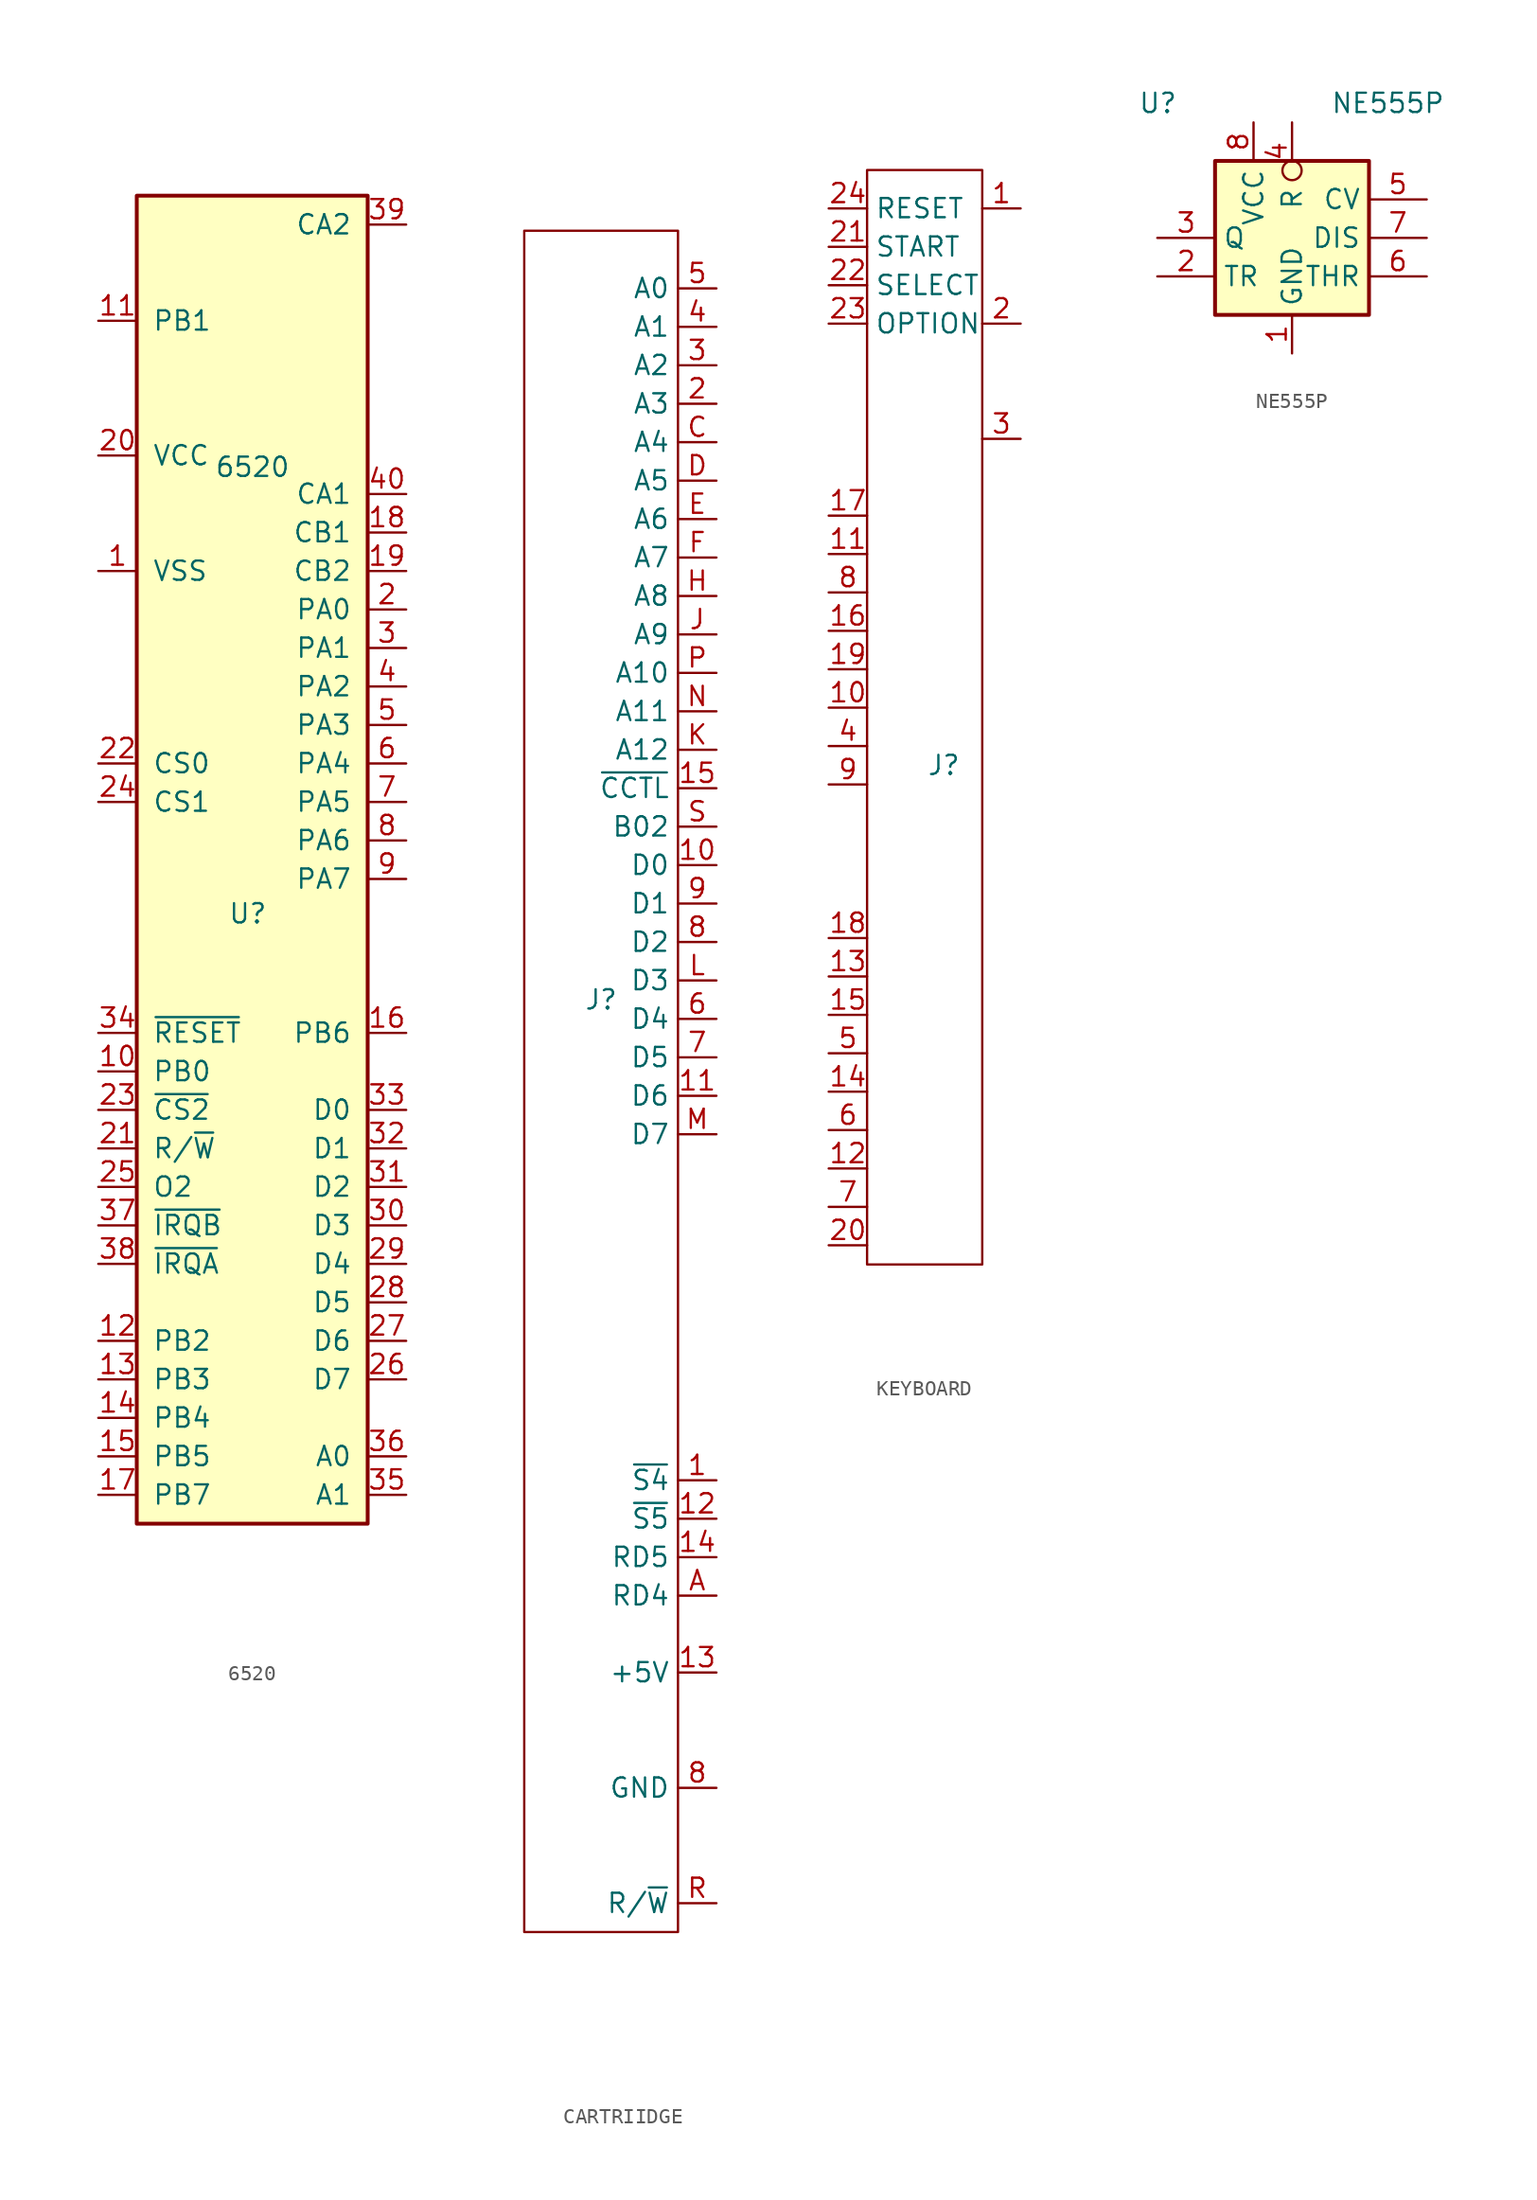
<source format=kicad_sym>
(kicad_symbol_lib
  (version 20241209)
  (generator "kicad_symbol_editor")
  (generator_version "9.0")
  (symbol "6520"
    (pin_names
      (offset 1.016))
    (property "Reference" "U"
      (at 1.016 -3.556 0)
      (effects (font (size 1.27 1.27)) (justify right)))
    (property "Value" "6520"
      (at 2.54 25.908 0)
      (effects (font (size 1.27 1.27)) (justify right)))
    (symbol "6520_0_1"
      (rectangle (start -7.62 43.815) (end 7.62 -43.815) (stroke (width 0.254) (type default)) (fill (type background))))
    (symbol "6520_1_1"
      (pin bidirectional line (at -10.16 35.56 0) (length 2.54) (name "PB1" (effects (font (size 1.27 1.27)))) (number "11" (effects (font (size 1.27 1.27)))))
      (pin power_in line (at -10.16 26.67 0) (length 2.54) (name "VCC" (effects (font (size 1.27 1.27)))) (number "20" (effects (font (size 1.27 1.27)))))
      (pin power_in line (at -10.16 19.05 0) (length 2.54) (name "VSS" (effects (font (size 1.27 1.27)))) (number "1" (effects (font (size 1.27 1.27)))))
      (pin input line (at -10.16 6.35 0) (length 2.54) (name "CS0" (effects (font (size 1.27 1.27)))) (number "22" (effects (font (size 1.27 1.27)))))
      (pin input line (at -10.16 3.81 0) (length 2.54) (name "CS1" (effects (font (size 1.27 1.27)))) (number "24" (effects (font (size 1.27 1.27)))))
      (pin input line (at -10.16 -11.43 0) (length 2.54) (name "~{RESET}" (effects (font (size 1.27 1.27)))) (number "34" (effects (font (size 1.27 1.27)))))
      (pin bidirectional line (at -10.16 -13.97 0) (length 2.54) (name "PB0" (effects (font (size 1.27 1.27)))) (number "10" (effects (font (size 1.27 1.27)))))
      (pin input line (at -10.16 -16.51 0) (length 2.54) (name "~{CS2}" (effects (font (size 1.27 1.27)))) (number "23" (effects (font (size 1.27 1.27)))))
      (pin input line (at -10.16 -19.05 0) (length 2.54) (name "R/~{W}" (effects (font (size 1.27 1.27)))) (number "21" (effects (font (size 1.27 1.27)))))
      (pin input line (at -10.16 -21.59 0) (length 2.54) (name "O2" (effects (font (size 1.27 1.27)))) (number "25" (effects (font (size 1.27 1.27)))))
      (pin open_collector line (at -10.16 -24.13 0) (length 2.54) (name "~{IRQB}" (effects (font (size 1.27 1.27)))) (number "37" (effects (font (size 1.27 1.27)))))
      (pin open_collector line (at -10.16 -26.67 0) (length 2.54) (name "~{IRQA}" (effects (font (size 1.27 1.27)))) (number "38" (effects (font (size 1.27 1.27)))))
      (pin bidirectional line (at -10.16 -31.75 0) (length 2.54) (name "PB2" (effects (font (size 1.27 1.27)))) (number "12" (effects (font (size 1.27 1.27)))))
      (pin bidirectional line (at -10.16 -34.29 0) (length 2.54) (name "PB3" (effects (font (size 1.27 1.27)))) (number "13" (effects (font (size 1.27 1.27)))))
      (pin bidirectional line (at -10.16 -36.83 0) (length 2.54) (name "PB4" (effects (font (size 1.27 1.27)))) (number "14" (effects (font (size 1.27 1.27)))))
      (pin bidirectional line (at -10.16 -39.37 0) (length 2.54) (name "PB5" (effects (font (size 1.27 1.27)))) (number "15" (effects (font (size 1.27 1.27)))))
      (pin bidirectional line (at -10.16 -41.91 0) (length 2.54) (name "PB7" (effects (font (size 1.27 1.27)))) (number "17" (effects (font (size 1.27 1.27)))))
      (pin bidirectional line (at 10.16 41.91 180) (length 2.54) (name "CA2" (effects (font (size 1.27 1.27)))) (number "39" (effects (font (size 1.27 1.27)))))
      (pin input line (at 10.16 24.13 180) (length 2.54) (name "CA1" (effects (font (size 1.27 1.27)))) (number "40" (effects (font (size 1.27 1.27)))))
      (pin input line (at 10.16 21.59 180) (length 2.54) (name "CB1" (effects (font (size 1.27 1.27)))) (number "18" (effects (font (size 1.27 1.27)))))
      (pin bidirectional line (at 10.16 19.05 180) (length 2.54) (name "CB2" (effects (font (size 1.27 1.27)))) (number "19" (effects (font (size 1.27 1.27)))))
      (pin bidirectional line (at 10.16 16.51 180) (length 2.54) (name "PA0" (effects (font (size 1.27 1.27)))) (number "2" (effects (font (size 1.27 1.27)))))
      (pin bidirectional line (at 10.16 13.97 180) (length 2.54) (name "PA1" (effects (font (size 1.27 1.27)))) (number "3" (effects (font (size 1.27 1.27)))))
      (pin bidirectional line (at 10.16 11.43 180) (length 2.54) (name "PA2" (effects (font (size 1.27 1.27)))) (number "4" (effects (font (size 1.27 1.27)))))
      (pin bidirectional line (at 10.16 8.89 180) (length 2.54) (name "PA3" (effects (font (size 1.27 1.27)))) (number "5" (effects (font (size 1.27 1.27)))))
      (pin bidirectional line (at 10.16 6.35 180) (length 2.54) (name "PA4" (effects (font (size 1.27 1.27)))) (number "6" (effects (font (size 1.27 1.27)))))
      (pin bidirectional line (at 10.16 3.81 180) (length 2.54) (name "PA5" (effects (font (size 1.27 1.27)))) (number "7" (effects (font (size 1.27 1.27)))))
      (pin bidirectional line (at 10.16 1.27 180) (length 2.54) (name "PA6" (effects (font (size 1.27 1.27)))) (number "8" (effects (font (size 1.27 1.27)))))
      (pin bidirectional line (at 10.16 -1.27 180) (length 2.54) (name "PA7" (effects (font (size 1.27 1.27)))) (number "9" (effects (font (size 1.27 1.27)))))
      (pin bidirectional line (at 10.16 -11.43 180) (length 2.54) (name "PB6" (effects (font (size 1.27 1.27)))) (number "16" (effects (font (size 1.27 1.27)))))
      (pin bidirectional line (at 10.16 -16.51 180) (length 2.54) (name "D0" (effects (font (size 1.27 1.27)))) (number "33" (effects (font (size 1.27 1.27)))))
      (pin bidirectional line (at 10.16 -19.05 180) (length 2.54) (name "D1" (effects (font (size 1.27 1.27)))) (number "32" (effects (font (size 1.27 1.27)))))
      (pin bidirectional line (at 10.16 -21.59 180) (length 2.54) (name "D2" (effects (font (size 1.27 1.27)))) (number "31" (effects (font (size 1.27 1.27)))))
      (pin bidirectional line (at 10.16 -24.13 180) (length 2.54) (name "D3" (effects (font (size 1.27 1.27)))) (number "30" (effects (font (size 1.27 1.27)))))
      (pin bidirectional line (at 10.16 -26.67 180) (length 2.54) (name "D4" (effects (font (size 1.27 1.27)))) (number "29" (effects (font (size 1.27 1.27)))))
      (pin bidirectional line (at 10.16 -29.21 180) (length 2.54) (name "D5" (effects (font (size 1.27 1.27)))) (number "28" (effects (font (size 1.27 1.27)))))
      (pin bidirectional line (at 10.16 -31.75 180) (length 2.54) (name "D6" (effects (font (size 1.27 1.27)))) (number "27" (effects (font (size 1.27 1.27)))))
      (pin bidirectional line (at 10.16 -34.29 180) (length 2.54) (name "D7" (effects (font (size 1.27 1.27)))) (number "26" (effects (font (size 1.27 1.27)))))
      (pin input line (at 10.16 -39.37 180) (length 2.54) (name "A0" (effects (font (size 1.27 1.27)))) (number "36" (effects (font (size 1.27 1.27)))))
      (pin input line (at 10.16 -41.91 180) (length 2.54) (name "A1" (effects (font (size 1.27 1.27)))) (number "35" (effects (font (size 1.27 1.27)))))))
  (symbol "CARTRIIDGE"
    (property "Reference" "J"
      (at 0 0 0)
      (effects (font (size 1.27 1.27))))
    (property "Value" ""
      (at 0 0 0)
      (effects (font (size 1.27 1.27))))
    (symbol "CARTRIIDGE_0_0"
      (pin input line (at 7.62 46.99 180) (length 2.54) (name "A0" (effects (font (size 1.27 1.27)))) (number "5" (effects (font (size 1.27 1.27)))))
      (pin input line (at 7.62 44.45 180) (length 2.54) (name "A1" (effects (font (size 1.27 1.27)))) (number "4" (effects (font (size 1.27 1.27)))))
      (pin input line (at 7.62 41.91 180) (length 2.54) (name "A2" (effects (font (size 1.27 1.27)))) (number "3" (effects (font (size 1.27 1.27)))))
      (pin input line (at 7.62 39.37 180) (length 2.54) (name "A3" (effects (font (size 1.27 1.27)))) (number "2" (effects (font (size 1.27 1.27)))))
      (pin bidirectional line (at 7.62 -6.35 180) (length 2.54) (name "D6" (effects (font (size 1.27 1.27)))) (number "11" (effects (font (size 1.27 1.27)))))
      (pin output line (at 7.62 -31.75 180) (length 2.54) (name "~{S4}" (effects (font (size 1.27 1.27)))) (number "1" (effects (font (size 1.27 1.27)))))
      (pin output line (at 7.62 -34.29 180) (length 2.54) (name "~{S5}" (effects (font (size 1.27 1.27)))) (number "12" (effects (font (size 1.27 1.27)))))
      (pin output line (at 7.62 -36.83 180) (length 2.54) (name "RD5" (effects (font (size 1.27 1.27)))) (number "14" (effects (font (size 1.27 1.27))))))
    (symbol "CARTRIIDGE_0_1"
      (rectangle (start -5.08 50.8) (end 5.08 -61.595) (stroke (width 0) (type default)) (fill (type none))))
    (symbol "CARTRIIDGE_1_0"
      (pin input line (at 7.62 16.51 180) (length 2.54) (name "A12" (effects (font (size 1.27 1.27)))) (number "K" (effects (font (size 1.27 1.27)))))
      (pin output line (at 7.62 13.97 180) (length 2.54) (name "~{CCTL}" (effects (font (size 1.27 1.27)))) (number "15" (effects (font (size 1.27 1.27)))))
      (pin output line (at 7.62 11.43 180) (length 2.54) (name "B02" (effects (font (size 1.27 1.27)))) (number "S" (effects (font (size 1.27 1.27)))))
      (pin bidirectional line (at 7.62 8.89 180) (length 2.54) (name "D0" (effects (font (size 1.27 1.27)))) (number "10" (effects (font (size 1.27 1.27)))))
      (pin bidirectional line (at 7.62 6.35 180) (length 2.54) (name "D1" (effects (font (size 1.27 1.27)))) (number "9" (effects (font (size 1.27 1.27)))))
      (pin bidirectional line (at 7.62 3.81 180) (length 2.54) (name "D2" (effects (font (size 1.27 1.27)))) (number "8" (effects (font (size 1.27 1.27)))))
      (pin bidirectional line (at 7.62 1.27 180) (length 2.54) (name "D3" (effects (font (size 1.27 1.27)))) (number "L" (effects (font (size 1.27 1.27)))))
      (pin bidirectional line (at 7.62 -1.27 180) (length 2.54) (name "D4" (effects (font (size 1.27 1.27)))) (number "6" (effects (font (size 1.27 1.27)))))
      (pin bidirectional line (at 7.62 -3.81 180) (length 2.54) (name "D5" (effects (font (size 1.27 1.27)))) (number "7" (effects (font (size 1.27 1.27)))))
      (pin bidirectional line (at 7.62 -8.89 180) (length 2.54) (name "D7" (effects (font (size 1.27 1.27)))) (number "M" (effects (font (size 1.27 1.27)))))
      (pin output line (at 7.62 -39.37 180) (length 2.54) (name "RD4" (effects (font (size 1.27 1.27)))) (number "A" (effects (font (size 1.27 1.27)))))
      (pin power_in line (at 7.62 -44.45 180) (length 2.54) (name "+5V" (effects (font (size 1.27 1.27)))) (number "13" (effects (font (size 1.27 1.27)))))
      (pin power_in line (at 7.62 -52.07 180) (length 2.54) (name "GND" (effects (font (size 1.27 1.27)))) (number "8" (effects (font (size 1.27 1.27)))))
      (pin output line (at 7.62 -59.69 180) (length 2.54) (name "R/~{W}" (effects (font (size 1.27 1.27)))) (number "R" (effects (font (size 1.27 1.27))))))
    (symbol "CARTRIIDGE_1_1"
      (pin input line (at 7.62 36.83 180) (length 2.54) (name "A4" (effects (font (size 1.27 1.27)))) (number "C" (effects (font (size 1.27 1.27)))))
      (pin input line (at 7.62 34.29 180) (length 2.54) (name "A5" (effects (font (size 1.27 1.27)))) (number "D" (effects (font (size 1.27 1.27)))))
      (pin input line (at 7.62 31.75 180) (length 2.54) (name "A6" (effects (font (size 1.27 1.27)))) (number "E" (effects (font (size 1.27 1.27)))))
      (pin input line (at 7.62 29.21 180) (length 2.54) (name "A7" (effects (font (size 1.27 1.27)))) (number "F" (effects (font (size 1.27 1.27)))))
      (pin input line (at 7.62 26.67 180) (length 2.54) (name "A8" (effects (font (size 1.27 1.27)))) (number "H" (effects (font (size 1.27 1.27)))))
      (pin input line (at 7.62 24.13 180) (length 2.54) (name "A9" (effects (font (size 1.27 1.27)))) (number "J" (effects (font (size 1.27 1.27)))))
      (pin input line (at 7.62 21.59 180) (length 2.54) (name "A10" (effects (font (size 1.27 1.27)))) (number "P" (effects (font (size 1.27 1.27)))))
      (pin input line (at 7.62 19.05 180) (length 2.54) (name "A11" (effects (font (size 1.27 1.27)))) (number "N" (effects (font (size 1.27 1.27)))))))
  (symbol "KEYBOARD"
    (property "Reference" "J"
      (at 0 0 0)
      (effects (font (size 1.27 1.27))))
    (property "Value" ""
      (at 0 0 0)
      (effects (font (size 1.27 1.27))))
    (symbol "KEYBOARD_0_0"
      (pin output line (at -7.62 36.83 0) (length 2.54) (name "RESET" (effects (font (size 1.27 1.27)))) (number "24" (effects (font (size 1.27 1.27)))))
      (pin output line (at -7.62 34.29 0) (length 2.54) (name "START" (effects (font (size 1.27 1.27)))) (number "21" (effects (font (size 1.27 1.27)))))
      (pin output line (at -7.62 31.75 0) (length 2.54) (name "SELECT" (effects (font (size 1.27 1.27)))) (number "22" (effects (font (size 1.27 1.27)))))
      (pin output line (at -7.62 29.21 0) (length 2.54) (name "OPTION" (effects (font (size 1.27 1.27)))) (number "23" (effects (font (size 1.27 1.27)))))
      (pin output line (at -7.62 16.51 0) (length 2.54) (name "" (effects (font (size 1.27 1.27)))) (number "17" (effects (font (size 1.27 1.27)))))
      (pin output line (at -7.62 13.97 0) (length 2.54) (name "" (effects (font (size 1.27 1.27)))) (number "11" (effects (font (size 1.27 1.27)))))
      (pin output line (at -7.62 11.43 0) (length 2.54) (name "" (effects (font (size 1.27 1.27)))) (number "8" (effects (font (size 1.27 1.27)))))
      (pin output line (at -7.62 8.89 0) (length 2.54) (name "" (effects (font (size 1.27 1.27)))) (number "16" (effects (font (size 1.27 1.27)))))
      (pin output line (at -7.62 6.35 0) (length 2.54) (name "" (effects (font (size 1.27 1.27)))) (number "19" (effects (font (size 1.27 1.27)))))
      (pin output line (at -7.62 3.81 0) (length 2.54) (name "" (effects (font (size 1.27 1.27)))) (number "10" (effects (font (size 1.27 1.27)))))
      (pin output line (at -7.62 1.27 0) (length 2.54) (name "" (effects (font (size 1.27 1.27)))) (number "4" (effects (font (size 1.27 1.27)))))
      (pin output line (at -7.62 -1.27 0) (length 2.54) (name "" (effects (font (size 1.27 1.27)))) (number "9" (effects (font (size 1.27 1.27)))))
      (pin output line (at -7.62 -11.43 0) (length 2.54) (name "" (effects (font (size 1.27 1.27)))) (number "18" (effects (font (size 1.27 1.27)))))
      (pin output line (at -7.62 -13.97 0) (length 2.54) (name "" (effects (font (size 1.27 1.27)))) (number "13" (effects (font (size 1.27 1.27)))))
      (pin output line (at -7.62 -16.51 0) (length 2.54) (name "" (effects (font (size 1.27 1.27)))) (number "15" (effects (font (size 1.27 1.27)))))
      (pin output line (at -7.62 -19.05 0) (length 2.54) (name "" (effects (font (size 1.27 1.27)))) (number "5" (effects (font (size 1.27 1.27)))))
      (pin output line (at -7.62 -21.59 0) (length 2.54) (name "" (effects (font (size 1.27 1.27)))) (number "14" (effects (font (size 1.27 1.27)))))
      (pin output line (at -7.62 -24.13 0) (length 2.54) (name "" (effects (font (size 1.27 1.27)))) (number "6" (effects (font (size 1.27 1.27)))))
      (pin output line (at -7.62 -26.67 0) (length 2.54) (name "" (effects (font (size 1.27 1.27)))) (number "12" (effects (font (size 1.27 1.27)))))
      (pin output line (at -7.62 -29.21 0) (length 2.54) (name "" (effects (font (size 1.27 1.27)))) (number "7" (effects (font (size 1.27 1.27)))))
      (pin output line (at -7.62 -31.75 0) (length 2.54) (name "" (effects (font (size 1.27 1.27)))) (number "20" (effects (font (size 1.27 1.27)))))
      (pin output line (at 5.08 36.83 180) (length 2.54) (name "" (effects (font (size 1.27 1.27)))) (number "1" (effects (font (size 1.27 1.27)))))
      (pin output line (at 5.08 29.21 180) (length 2.54) (name "" (effects (font (size 1.27 1.27)))) (number "2" (effects (font (size 1.27 1.27)))))
      (pin output line (at 5.08 21.59 180) (length 2.54) (name "" (effects (font (size 1.27 1.27)))) (number "3" (effects (font (size 1.27 1.27))))))
    (symbol "KEYBOARD_0_1"
      (rectangle (start -5.08 39.37) (end 2.54 -33.02) (stroke (width 0) (type default)) (fill (type none)))))
  (symbol "NE555P"
    (property "Reference" "U"
      (at -10.16 8.89 0)
      (effects (font (size 1.27 1.27)) (justify left)))
    (property "Value" "NE555P"
      (at 2.54 8.89 0)
      (effects (font (size 1.27 1.27)) (justify left)))
    (symbol "NE555P_0_0"
      (pin power_in line (at -2.54 7.62 270) (length 2.54) (name "VCC" (effects (font (size 1.27 1.27)))) (number "8" (effects (font (size 1.27 1.27)))))
      (pin power_in line (at 0 -7.62 90) (length 2.54) (name "GND" (effects (font (size 1.27 1.27)))) (number "1" (effects (font (size 1.27 1.27))))))
    (symbol "NE555P_0_1"
      (rectangle (start -5.08 5.08) (end 5.08 -5.08) (stroke (width 0.254) (type default)) (fill (type background))))
    (symbol "NE555P_1_1"
      (pin output line (at -8.89 0 0) (length 3.81) (name "Q" (effects (font (size 1.27 1.27)))) (number "3" (effects (font (size 1.27 1.27)))))
      (pin input line (at -8.89 -2.54 0) (length 3.81) (name "TR" (effects (font (size 1.27 1.27)))) (number "2" (effects (font (size 1.27 1.27)))))
      (pin input inverted (at 0 7.62 270) (length 3.81) (name "R" (effects (font (size 1.27 1.27)))) (number "4" (effects (font (size 1.27 1.27)))))
      (pin input line (at 8.89 2.54 180) (length 3.81) (name "CV" (effects (font (size 1.27 1.27)))) (number "5" (effects (font (size 1.27 1.27)))))
      (pin input line (at 8.89 0 180) (length 3.81) (name "DIS" (effects (font (size 1.27 1.27)))) (number "7" (effects (font (size 1.27 1.27)))))
      (pin input line (at 8.89 -2.54 180) (length 3.81) (name "THR" (effects (font (size 1.27 1.27)))) (number "6" (effects (font (size 1.27 1.27))))))))
</source>
